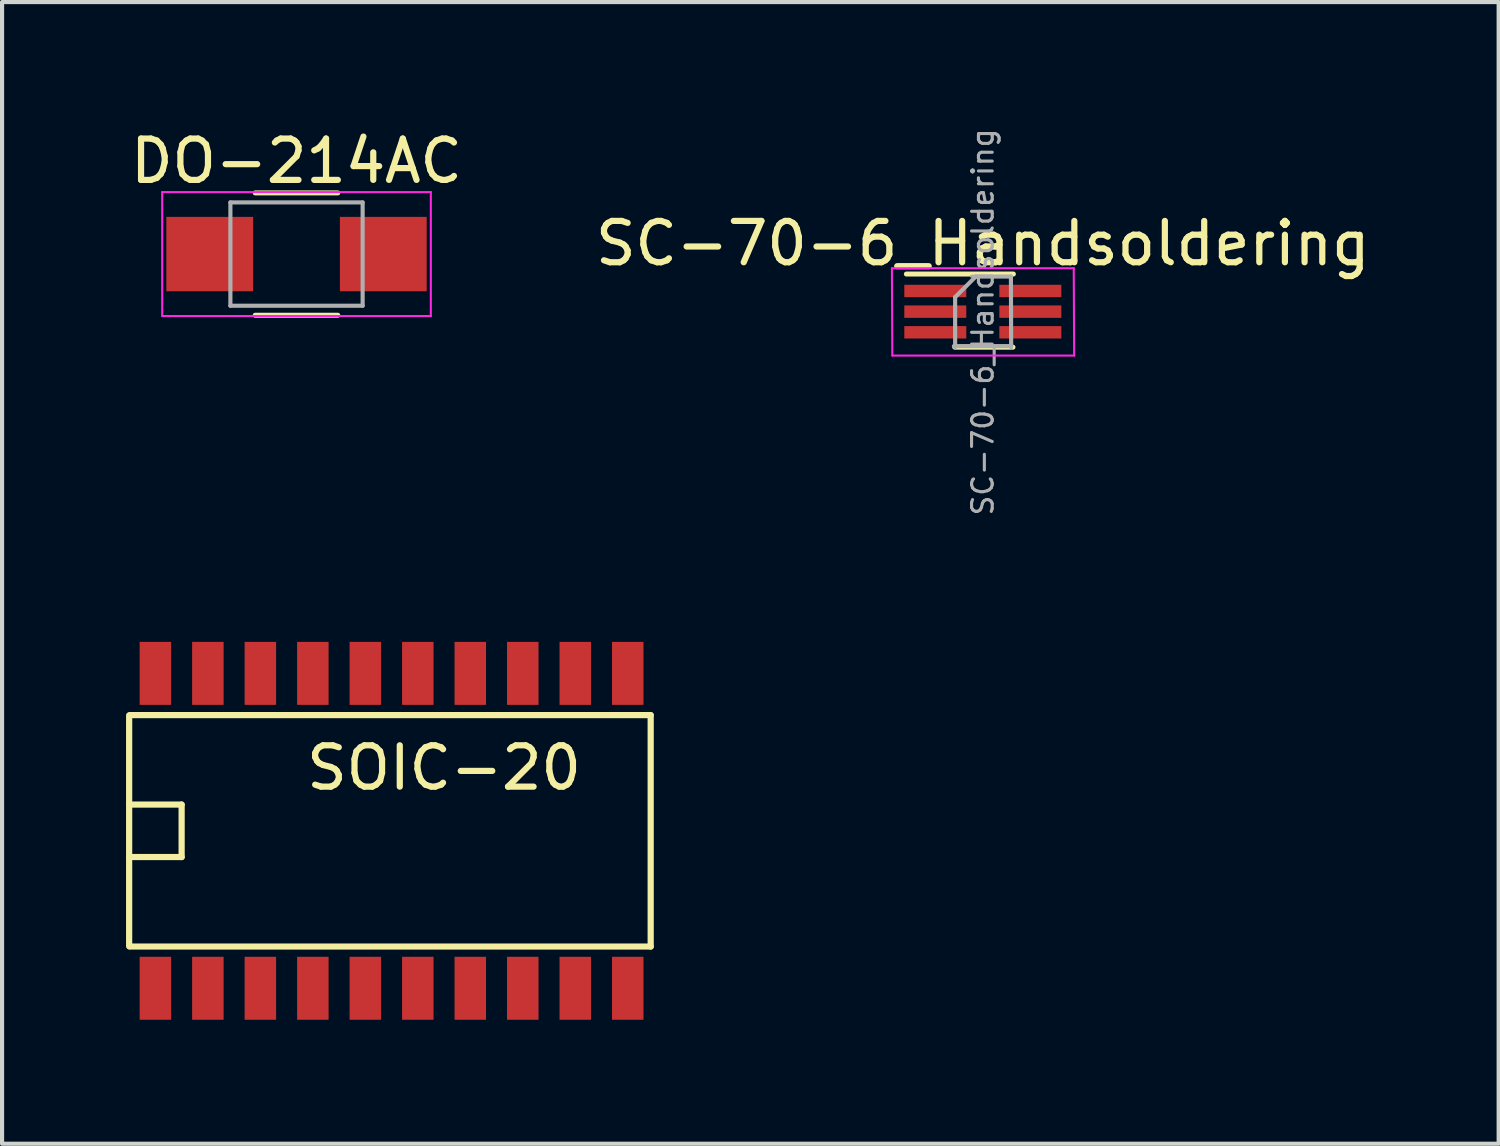
<source format=kicad_pcb>
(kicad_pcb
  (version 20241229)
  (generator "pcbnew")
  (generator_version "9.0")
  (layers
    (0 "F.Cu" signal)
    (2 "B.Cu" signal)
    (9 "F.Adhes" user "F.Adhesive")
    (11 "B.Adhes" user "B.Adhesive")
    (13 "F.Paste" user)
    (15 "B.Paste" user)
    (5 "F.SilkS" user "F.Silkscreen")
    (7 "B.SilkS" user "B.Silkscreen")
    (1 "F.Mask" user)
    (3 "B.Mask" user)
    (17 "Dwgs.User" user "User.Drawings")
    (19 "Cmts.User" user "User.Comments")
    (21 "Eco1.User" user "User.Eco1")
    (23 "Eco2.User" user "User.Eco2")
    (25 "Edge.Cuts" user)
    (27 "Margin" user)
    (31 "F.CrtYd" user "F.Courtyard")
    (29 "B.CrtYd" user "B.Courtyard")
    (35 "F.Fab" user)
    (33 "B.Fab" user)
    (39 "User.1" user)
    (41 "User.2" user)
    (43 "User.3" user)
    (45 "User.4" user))
  (footprint "SC-70-6_Handsoldering"
    (layer "F.Cu")
    (at 20.732 4.741)
    (property "Reference" "SC-70-6_Handsoldering" (at 0 -1.9 0) (layer "F.SilkS") (effects (font (size 1 1) (thickness 0.15))))
    (attr smd)
    (fp_line (start -0.68 0.61) (end 0.73 0.61) (stroke (width 0.12) (type solid)) (layer "F.SilkS"))
    (fp_line (start 0.74 -1.16) (end -1.85 -1.16) (stroke (width 0.12) (type solid)) (layer "F.SilkS"))
    (fp_line (start -2.2 -1.3) (end 2.2 -1.3) (stroke (width 0.05) (type solid)) (layer "F.CrtYd"))
    (fp_line (start -2.19 0.813) (end -2.2 -1.3) (stroke (width 0.05) (type solid)) (layer "F.CrtYd"))
    (fp_line (start 2.2 -1.3) (end 2.21 0.813) (stroke (width 0.05) (type solid)) (layer "F.CrtYd"))
    (fp_line (start 2.21 0.813) (end -2.19 0.813) (stroke (width 0.05) (type solid)) (layer "F.CrtYd"))
    (fp_line (start -0.67 -0.6) (end -0.67 0.61) (stroke (width 0.1) (type solid)) (layer "F.Fab"))
    (fp_line (start -0.17 -1.1) (end -0.67 -0.6) (stroke (width 0.1) (type solid)) (layer "F.Fab"))
    (fp_line (start 0.65 0.584) (end -0.7 0.584) (stroke (width 0.1) (type solid)) (layer "F.Fab"))
    (fp_line (start 0.68 -1.1) (end -0.17 -1.1) (stroke (width 0.1) (type solid)) (layer "F.Fab"))
    (fp_line (start 0.68 -1.1) (end 0.686 0.61) (stroke (width 0.1) (type solid)) (layer "F.Fab"))
    (fp_text user "${REFERENCE}" (at 0 0 270) (layer "F.Fab") (effects (font (size 0.5 0.5) (thickness 0.075))))
    (pad "1" smd rect (at -1.15 -0.75 270) (size 0.3 1.5) (layers "F.Cu" "F.Mask" "F.Paste"))
    (pad "2" smd rect (at -1.15 -0.25 270) (size 0.3 1.5) (layers "F.Cu" "F.Mask" "F.Paste"))
    (pad "3" smd rect (at -1.15 0.25 270) (size 0.3 1.5) (layers "F.Cu" "F.Mask" "F.Paste"))
    (pad "4" smd rect (at 1.15 0.25 270) (size 0.3 1.5) (layers "F.Cu" "F.Mask" "F.Paste"))
    (pad "5" smd rect (at 1.15 -0.25 270) (size 0.3 1.5) (layers "F.Cu" "F.Mask" "F.Paste"))
    (pad "6" smd rect (at 1.15 -0.75 270) (size 0.3 1.5) (layers "F.Cu" "F.Mask" "F.Paste")))
  (footprint "SOIC-20"
    (layer "F.Cu")
    (at 7.695 17.054)
    (property "Reference" "SOIC-20" (at 0 -1.524 0) (layer "F.SilkS") (effects (font (size 1 1) (thickness 0.15))))
    (attr smd)
    (fp_line (start -7.62 -2.794) (end -7.62 2.794) (stroke (width 0.15) (type solid)) (layer "F.SilkS"))
    (fp_line (start -7.62 -0.635) (end -6.35 -0.635) (stroke (width 0.15) (type solid)) (layer "F.SilkS"))
    (fp_line (start -7.6 -2.8) (end 5 -2.8) (stroke (width 0.15) (type solid)) (layer "F.SilkS"))
    (fp_line (start -6.35 -0.635) (end -6.35 0.635) (stroke (width 0.15) (type solid)) (layer "F.SilkS"))
    (fp_line (start -6.35 0.635) (end -7.62 0.635) (stroke (width 0.15) (type solid)) (layer "F.SilkS"))
    (fp_line (start 5 -2.8) (end 5 2.8) (stroke (width 0.15) (type solid)) (layer "F.SilkS"))
    (fp_line (start 5 2.8) (end -7.6 2.8) (stroke (width 0.15) (type solid)) (layer "F.SilkS"))
    (pad "1" smd rect (at -6.985 3.81) (size 0.762 1.524) (layers "F.Cu" "F.Mask" "F.Paste"))
    (pad "2" smd rect (at -5.715 3.81) (size 0.762 1.524) (layers "F.Cu" "F.Mask" "F.Paste"))
    (pad "3" smd rect (at -4.445 3.81) (size 0.762 1.524) (layers "F.Cu" "F.Mask" "F.Paste"))
    (pad "4" smd rect (at -3.175 3.81) (size 0.762 1.524) (layers "F.Cu" "F.Mask" "F.Paste"))
    (pad "5" smd rect (at -1.905 3.81) (size 0.762 1.524) (layers "F.Cu" "F.Mask" "F.Paste"))
    (pad "6" smd rect (at -0.635 3.81) (size 0.762 1.524) (layers "F.Cu" "F.Mask" "F.Paste"))
    (pad "7" smd rect (at 0.635 3.81) (size 0.762 1.524) (layers "F.Cu" "F.Mask" "F.Paste"))
    (pad "8" smd rect (at 1.905 3.81) (size 0.762 1.524) (layers "F.Cu" "F.Mask" "F.Paste"))
    (pad "9" smd rect (at 3.175 3.81) (size 0.762 1.524) (layers "F.Cu" "F.Mask" "F.Paste"))
    (pad "10" smd rect (at 4.445 3.81) (size 0.762 1.524) (layers "F.Cu" "F.Mask" "F.Paste"))
    (pad "11" smd rect (at 4.445 -3.81) (size 0.762 1.524) (layers "F.Cu" "F.Mask" "F.Paste"))
    (pad "12" smd rect (at 3.175 -3.81) (size 0.762 1.524) (layers "F.Cu" "F.Mask" "F.Paste"))
    (pad "13" smd rect (at 1.905 -3.81) (size 0.762 1.524) (layers "F.Cu" "F.Mask" "F.Paste"))
    (pad "14" smd rect (at 0.635 -3.81) (size 0.762 1.524) (layers "F.Cu" "F.Mask" "F.Paste"))
    (pad "15" smd rect (at -0.635 -3.81) (size 0.762 1.524) (layers "F.Cu" "F.Mask" "F.Paste"))
    (pad "16" smd rect (at -1.905 -3.81) (size 0.762 1.524) (layers "F.Cu" "F.Mask" "F.Paste"))
    (pad "17" smd rect (at -3.175 -3.81) (size 0.762 1.524) (layers "F.Cu" "F.Mask" "F.Paste"))
    (pad "18" smd rect (at -4.445 -3.81) (size 0.762 1.524) (layers "F.Cu" "F.Mask" "F.Paste"))
    (pad "19" smd rect (at -5.715 -3.81) (size 0.762 1.524) (layers "F.Cu" "F.Mask" "F.Paste"))
    (pad "20" smd rect (at -6.985 -3.81) (size 0.762 1.524) (layers "F.Cu" "F.Mask" "F.Paste")))
  (footprint "DO-214AC"
    (layer "F.Cu")
    (at 4.125 3.098)
    (property "Reference" "DO-214AC" (at 0 -2.25 0) (layer "F.SilkS") (effects (font (size 1 1) (thickness 0.15))))
    (attr smd)
    (fp_line (start -1 1.48) (end 1 1.48) (stroke (width 0.12) (type solid)) (layer "F.SilkS"))
    (fp_line (start 1 -1.48) (end -1 -1.48) (stroke (width 0.12) (type solid)) (layer "F.SilkS"))
    (fp_line (start -3.25 -1.5) (end -3.25 1.5) (stroke (width 0.05) (type solid)) (layer "F.CrtYd"))
    (fp_line (start -3.25 -1.5) (end 3.25 -1.5) (stroke (width 0.05) (type solid)) (layer "F.CrtYd"))
    (fp_line (start 3.25 1.5) (end -3.25 1.5) (stroke (width 0.05) (type solid)) (layer "F.CrtYd"))
    (fp_line (start 3.25 1.5) (end 3.25 -1.5) (stroke (width 0.05) (type solid)) (layer "F.CrtYd"))
    (fp_line (start -1.6 -1.25) (end 1.6 -1.25) (stroke (width 0.1) (type solid)) (layer "F.Fab"))
    (fp_line (start -1.6 1.25) (end -1.6 -1.25) (stroke (width 0.1) (type solid)) (layer "F.Fab"))
    (fp_line (start 1.6 -1.25) (end 1.6 1.25) (stroke (width 0.1) (type solid)) (layer "F.Fab"))
    (fp_line (start 1.6 1.25) (end -1.6 1.25) (stroke (width 0.1) (type solid)) (layer "F.Fab"))
    (pad "1" smd rect (at -2.1 0) (size 2.1 1.8) (layers "F.Cu" "F.Mask" "F.Paste"))
    (pad "2" smd rect (at 2.1 0) (size 2.1 1.8) (layers "F.Cu" "F.Mask" "F.Paste")))
  (gr_rect
    (start -3 -3)
    (end 33.214 24.626)
    (stroke (width 0.1) (type default))
    (fill no)
    (layer "Edge.Cuts")))
</source>
